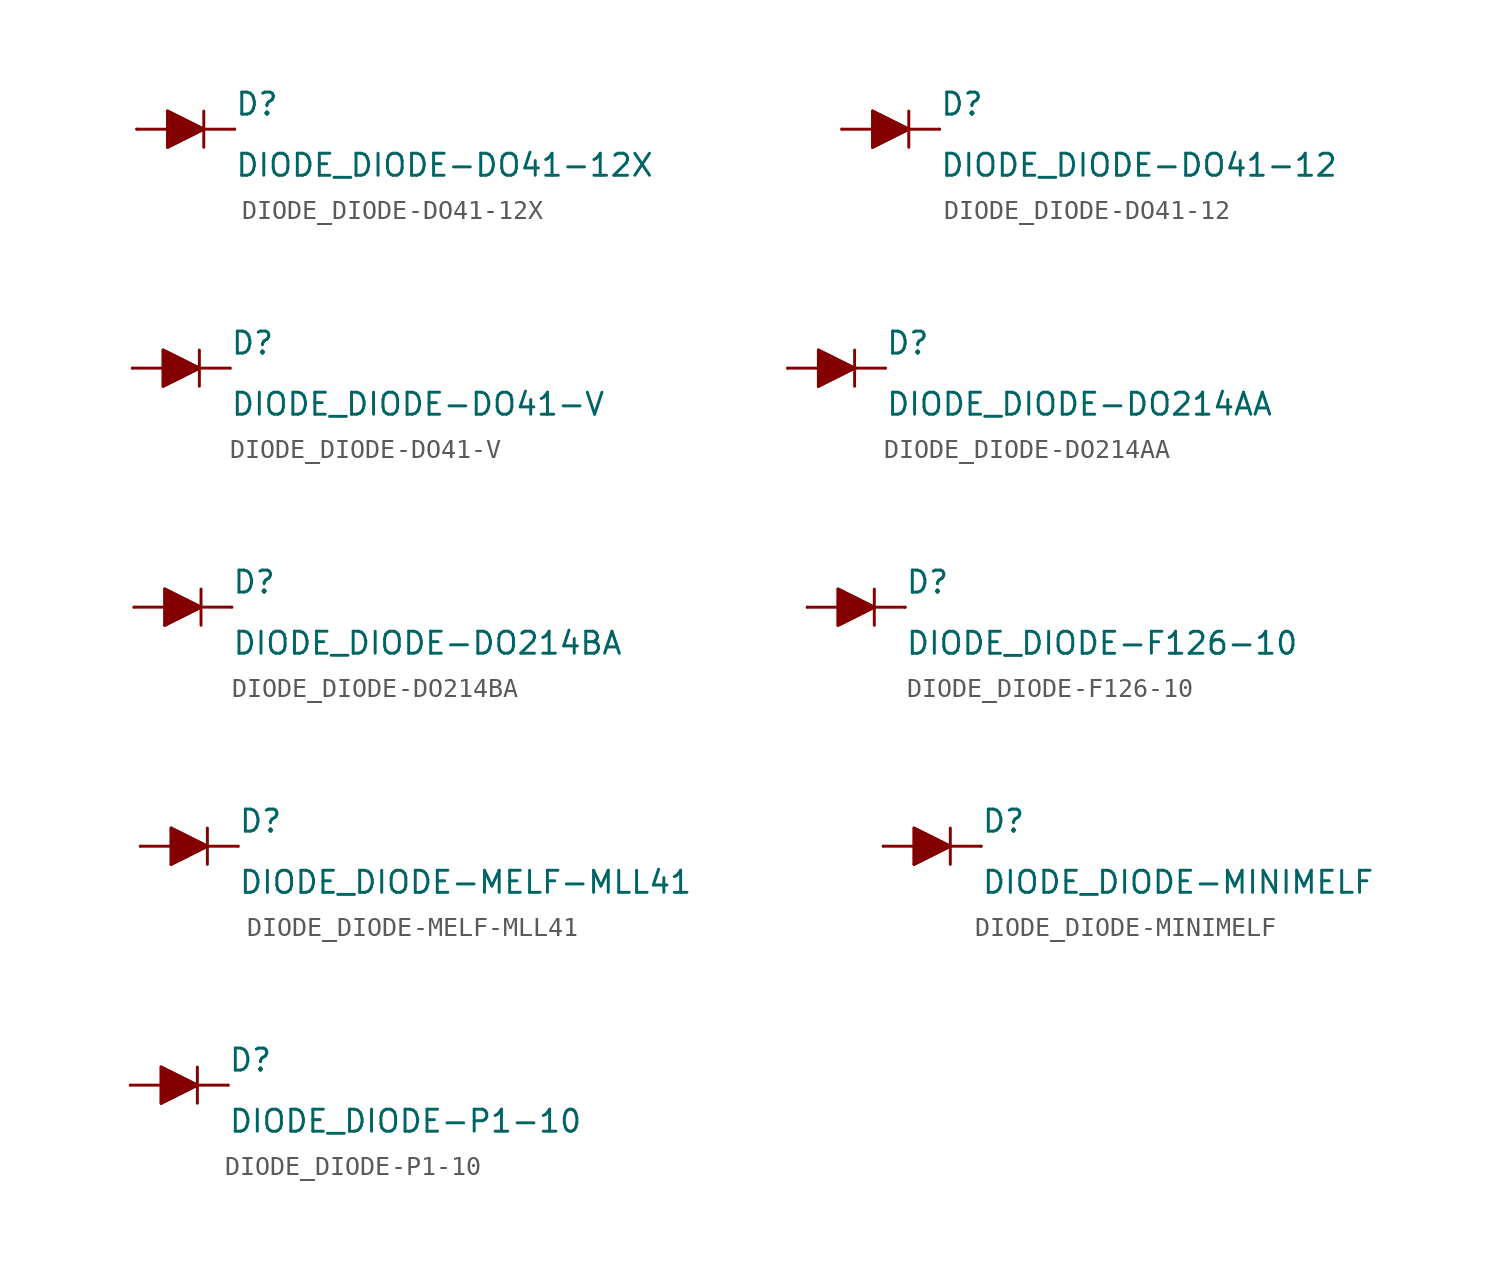
<source format=kicad_sym>
(kicad_symbol_lib
  (version 20210619)
  (generator kicad_symbol_editor)
  (symbol "DIODE_DIODE-DO41-12X"
    (pin_numbers hide)
    (pin_names
      (offset 1.016) hide)
    (property "Reference" "D"
      (at 2.54 0.635 0)
      (effects (font (size 1.143 1.143)) (justify left bottom)))
    (property "Value" "DIODE_DIODE-DO41-12X"
      (at 2.54 -2.54 0)
      (effects (font (size 1.143 1.143)) (justify left bottom)))
    (property "ki_locked" ""
      (at 0 0 0)
      (effects (font (size 1.27 1.27))))
    (symbol "DIODE_DIODE-DO41-12X_1_0"
      (polyline (pts (xy -0.94 -0.94) (xy 0.94 0)) (stroke (width 0)) (fill (type none)))
      (polyline (pts (xy -0.94 0) (xy -2.54 0)) (stroke (width 0)) (fill (type none)))
      (polyline (pts (xy -0.94 0) (xy -0.94 -0.94)) (stroke (width 0)) (fill (type none)))
      (polyline (pts (xy -0.94 0.94) (xy -0.94 0)) (stroke (width 0)) (fill (type none)))
      (polyline (pts (xy 0.94 0) (xy -0.94 0.94)) (stroke (width 0)) (fill (type none)))
      (polyline (pts (xy 0.94 0) (xy 0.94 -0.94)) (stroke (width 0)) (fill (type none)))
      (polyline (pts (xy 0.94 0) (xy 2.54 0)) (stroke (width 0)) (fill (type none)))
      (polyline (pts (xy 0.94 0.94) (xy 0.94 0)) (stroke (width 0)) (fill (type none))))
    (symbol "DIODE_DIODE-DO41-12X_1_1"
      (polyline (pts (xy -0.94 0.94) (xy 0.94 0) (xy 0.94 0) (xy -0.94 -0.94) (xy -0.94 -0.94) (xy -0.94 0.94)) (stroke (width 0)) (fill (type outline)))
      (pin passive line (at -2.54 0 0) (length 0) (name "A" (effects (font (size 1.016 1.016)))) (number "A" (effects (font (size 1.016 1.016)))))
      (pin passive line (at 2.54 0 180) (length 0) (name "C" (effects (font (size 1.016 1.016)))) (number "C" (effects (font (size 1.016 1.016)))))))
  (symbol "DIODE_DIODE-DO41-12"
    (pin_numbers hide)
    (pin_names
      (offset 1.016) hide)
    (property "Reference" "D"
      (at 2.54 0.635 0)
      (effects (font (size 1.143 1.143)) (justify left bottom)))
    (property "Value" "DIODE_DIODE-DO41-12"
      (at 2.54 -2.54 0)
      (effects (font (size 1.143 1.143)) (justify left bottom)))
    (property "ki_locked" ""
      (at 0 0 0)
      (effects (font (size 1.27 1.27))))
    (symbol "DIODE_DIODE-DO41-12_1_0"
      (polyline (pts (xy -0.94 -0.94) (xy 0.94 0)) (stroke (width 0)) (fill (type none)))
      (polyline (pts (xy -0.94 0) (xy -2.54 0)) (stroke (width 0)) (fill (type none)))
      (polyline (pts (xy -0.94 0) (xy -0.94 -0.94)) (stroke (width 0)) (fill (type none)))
      (polyline (pts (xy -0.94 0.94) (xy -0.94 0)) (stroke (width 0)) (fill (type none)))
      (polyline (pts (xy 0.94 0) (xy -0.94 0.94)) (stroke (width 0)) (fill (type none)))
      (polyline (pts (xy 0.94 0) (xy 0.94 -0.94)) (stroke (width 0)) (fill (type none)))
      (polyline (pts (xy 0.94 0) (xy 2.54 0)) (stroke (width 0)) (fill (type none)))
      (polyline (pts (xy 0.94 0.94) (xy 0.94 0)) (stroke (width 0)) (fill (type none))))
    (symbol "DIODE_DIODE-DO41-12_1_1"
      (polyline (pts (xy -0.94 0.94) (xy 0.94 0) (xy 0.94 0) (xy -0.94 -0.94) (xy -0.94 -0.94) (xy -0.94 0.94)) (stroke (width 0)) (fill (type outline)))
      (pin passive line (at -2.54 0 0) (length 0) (name "A" (effects (font (size 1.016 1.016)))) (number "A" (effects (font (size 1.016 1.016)))))
      (pin passive line (at 2.54 0 180) (length 0) (name "C" (effects (font (size 1.016 1.016)))) (number "C" (effects (font (size 1.016 1.016)))))))
  (symbol "DIODE_DIODE-DO41-V"
    (pin_numbers hide)
    (pin_names
      (offset 1.016) hide)
    (property "Reference" "D"
      (at 2.54 0.635 0)
      (effects (font (size 1.143 1.143)) (justify left bottom)))
    (property "Value" "DIODE_DIODE-DO41-V"
      (at 2.54 -2.54 0)
      (effects (font (size 1.143 1.143)) (justify left bottom)))
    (property "ki_locked" ""
      (at 0 0 0)
      (effects (font (size 1.27 1.27))))
    (symbol "DIODE_DIODE-DO41-V_1_0"
      (polyline (pts (xy -0.94 -0.94) (xy 0.94 0)) (stroke (width 0)) (fill (type none)))
      (polyline (pts (xy -0.94 0) (xy -2.54 0)) (stroke (width 0)) (fill (type none)))
      (polyline (pts (xy -0.94 0) (xy -0.94 -0.94)) (stroke (width 0)) (fill (type none)))
      (polyline (pts (xy -0.94 0.94) (xy -0.94 0)) (stroke (width 0)) (fill (type none)))
      (polyline (pts (xy 0.94 0) (xy -0.94 0.94)) (stroke (width 0)) (fill (type none)))
      (polyline (pts (xy 0.94 0) (xy 0.94 -0.94)) (stroke (width 0)) (fill (type none)))
      (polyline (pts (xy 0.94 0) (xy 2.54 0)) (stroke (width 0)) (fill (type none)))
      (polyline (pts (xy 0.94 0.94) (xy 0.94 0)) (stroke (width 0)) (fill (type none))))
    (symbol "DIODE_DIODE-DO41-V_1_1"
      (polyline (pts (xy -0.94 0.94) (xy 0.94 0) (xy 0.94 0) (xy -0.94 -0.94) (xy -0.94 -0.94) (xy -0.94 0.94)) (stroke (width 0)) (fill (type outline)))
      (pin passive line (at -2.54 0 0) (length 0) (name "A" (effects (font (size 1.016 1.016)))) (number "A" (effects (font (size 1.016 1.016)))))
      (pin passive line (at 2.54 0 180) (length 0) (name "C" (effects (font (size 1.016 1.016)))) (number "C" (effects (font (size 1.016 1.016)))))))
  (symbol "DIODE_DIODE-DO214AA"
    (pin_numbers hide)
    (pin_names
      (offset 1.016) hide)
    (property "Reference" "D"
      (at 2.54 0.635 0)
      (effects (font (size 1.143 1.143)) (justify left bottom)))
    (property "Value" "DIODE_DIODE-DO214AA"
      (at 2.54 -2.54 0)
      (effects (font (size 1.143 1.143)) (justify left bottom)))
    (property "ki_locked" ""
      (at 0 0 0)
      (effects (font (size 1.27 1.27))))
    (symbol "DIODE_DIODE-DO214AA_1_0"
      (polyline (pts (xy -0.94 -0.94) (xy 0.94 0)) (stroke (width 0)) (fill (type none)))
      (polyline (pts (xy -0.94 0) (xy -2.54 0)) (stroke (width 0)) (fill (type none)))
      (polyline (pts (xy -0.94 0) (xy -0.94 -0.94)) (stroke (width 0)) (fill (type none)))
      (polyline (pts (xy -0.94 0.94) (xy -0.94 0)) (stroke (width 0)) (fill (type none)))
      (polyline (pts (xy 0.94 0) (xy -0.94 0.94)) (stroke (width 0)) (fill (type none)))
      (polyline (pts (xy 0.94 0) (xy 0.94 -0.94)) (stroke (width 0)) (fill (type none)))
      (polyline (pts (xy 0.94 0) (xy 2.54 0)) (stroke (width 0)) (fill (type none)))
      (polyline (pts (xy 0.94 0.94) (xy 0.94 0)) (stroke (width 0)) (fill (type none))))
    (symbol "DIODE_DIODE-DO214AA_1_1"
      (polyline (pts (xy -0.94 0.94) (xy 0.94 0) (xy 0.94 0) (xy -0.94 -0.94) (xy -0.94 -0.94) (xy -0.94 0.94)) (stroke (width 0)) (fill (type outline)))
      (pin passive line (at -2.54 0 0) (length 0) (name "A" (effects (font (size 1.016 1.016)))) (number "A" (effects (font (size 1.016 1.016)))))
      (pin passive line (at 2.54 0 180) (length 0) (name "C" (effects (font (size 1.016 1.016)))) (number "C" (effects (font (size 1.016 1.016)))))))
  (symbol "DIODE_DIODE-DO214BA"
    (pin_numbers hide)
    (pin_names
      (offset 1.016) hide)
    (property "Reference" "D"
      (at 2.54 0.635 0)
      (effects (font (size 1.143 1.143)) (justify left bottom)))
    (property "Value" "DIODE_DIODE-DO214BA"
      (at 2.54 -2.54 0)
      (effects (font (size 1.143 1.143)) (justify left bottom)))
    (property "ki_locked" ""
      (at 0 0 0)
      (effects (font (size 1.27 1.27))))
    (symbol "DIODE_DIODE-DO214BA_1_0"
      (polyline (pts (xy -0.94 -0.94) (xy 0.94 0)) (stroke (width 0)) (fill (type none)))
      (polyline (pts (xy -0.94 0) (xy -2.54 0)) (stroke (width 0)) (fill (type none)))
      (polyline (pts (xy -0.94 0) (xy -0.94 -0.94)) (stroke (width 0)) (fill (type none)))
      (polyline (pts (xy -0.94 0.94) (xy -0.94 0)) (stroke (width 0)) (fill (type none)))
      (polyline (pts (xy 0.94 0) (xy -0.94 0.94)) (stroke (width 0)) (fill (type none)))
      (polyline (pts (xy 0.94 0) (xy 0.94 -0.94)) (stroke (width 0)) (fill (type none)))
      (polyline (pts (xy 0.94 0) (xy 2.54 0)) (stroke (width 0)) (fill (type none)))
      (polyline (pts (xy 0.94 0.94) (xy 0.94 0)) (stroke (width 0)) (fill (type none))))
    (symbol "DIODE_DIODE-DO214BA_1_1"
      (polyline (pts (xy -0.94 0.94) (xy 0.94 0) (xy 0.94 0) (xy -0.94 -0.94) (xy -0.94 -0.94) (xy -0.94 0.94)) (stroke (width 0)) (fill (type outline)))
      (pin passive line (at -2.54 0 0) (length 0) (name "A" (effects (font (size 1.016 1.016)))) (number "A" (effects (font (size 1.016 1.016)))))
      (pin passive line (at 2.54 0 180) (length 0) (name "C" (effects (font (size 1.016 1.016)))) (number "C" (effects (font (size 1.016 1.016)))))))
  (symbol "DIODE_DIODE-F126-10"
    (pin_numbers hide)
    (pin_names
      (offset 1.016) hide)
    (property "Reference" "D"
      (at 2.54 0.635 0)
      (effects (font (size 1.143 1.143)) (justify left bottom)))
    (property "Value" "DIODE_DIODE-F126-10"
      (at 2.54 -2.54 0)
      (effects (font (size 1.143 1.143)) (justify left bottom)))
    (property "ki_locked" ""
      (at 0 0 0)
      (effects (font (size 1.27 1.27))))
    (symbol "DIODE_DIODE-F126-10_1_0"
      (polyline (pts (xy -0.94 -0.94) (xy 0.94 0)) (stroke (width 0)) (fill (type none)))
      (polyline (pts (xy -0.94 0) (xy -2.54 0)) (stroke (width 0)) (fill (type none)))
      (polyline (pts (xy -0.94 0) (xy -0.94 -0.94)) (stroke (width 0)) (fill (type none)))
      (polyline (pts (xy -0.94 0.94) (xy -0.94 0)) (stroke (width 0)) (fill (type none)))
      (polyline (pts (xy 0.94 0) (xy -0.94 0.94)) (stroke (width 0)) (fill (type none)))
      (polyline (pts (xy 0.94 0) (xy 0.94 -0.94)) (stroke (width 0)) (fill (type none)))
      (polyline (pts (xy 0.94 0) (xy 2.54 0)) (stroke (width 0)) (fill (type none)))
      (polyline (pts (xy 0.94 0.94) (xy 0.94 0)) (stroke (width 0)) (fill (type none))))
    (symbol "DIODE_DIODE-F126-10_1_1"
      (polyline (pts (xy -0.94 0.94) (xy 0.94 0) (xy 0.94 0) (xy -0.94 -0.94) (xy -0.94 -0.94) (xy -0.94 0.94)) (stroke (width 0)) (fill (type outline)))
      (pin passive line (at -2.54 0 0) (length 0) (name "A" (effects (font (size 1.016 1.016)))) (number "A" (effects (font (size 1.016 1.016)))))
      (pin passive line (at 2.54 0 180) (length 0) (name "C" (effects (font (size 1.016 1.016)))) (number "C" (effects (font (size 1.016 1.016)))))))
  (symbol "DIODE_DIODE-MELF-MLL41"
    (pin_numbers hide)
    (pin_names
      (offset 1.016) hide)
    (property "Reference" "D"
      (at 2.54 0.635 0)
      (effects (font (size 1.143 1.143)) (justify left bottom)))
    (property "Value" "DIODE_DIODE-MELF-MLL41"
      (at 2.54 -2.54 0)
      (effects (font (size 1.143 1.143)) (justify left bottom)))
    (property "ki_locked" ""
      (at 0 0 0)
      (effects (font (size 1.27 1.27))))
    (symbol "DIODE_DIODE-MELF-MLL41_1_0"
      (polyline (pts (xy -0.94 -0.94) (xy 0.94 0)) (stroke (width 0)) (fill (type none)))
      (polyline (pts (xy -0.94 0) (xy -2.54 0)) (stroke (width 0)) (fill (type none)))
      (polyline (pts (xy -0.94 0) (xy -0.94 -0.94)) (stroke (width 0)) (fill (type none)))
      (polyline (pts (xy -0.94 0.94) (xy -0.94 0)) (stroke (width 0)) (fill (type none)))
      (polyline (pts (xy 0.94 0) (xy -0.94 0.94)) (stroke (width 0)) (fill (type none)))
      (polyline (pts (xy 0.94 0) (xy 0.94 -0.94)) (stroke (width 0)) (fill (type none)))
      (polyline (pts (xy 0.94 0) (xy 2.54 0)) (stroke (width 0)) (fill (type none)))
      (polyline (pts (xy 0.94 0.94) (xy 0.94 0)) (stroke (width 0)) (fill (type none))))
    (symbol "DIODE_DIODE-MELF-MLL41_1_1"
      (polyline (pts (xy -0.94 0.94) (xy 0.94 0) (xy 0.94 0) (xy -0.94 -0.94) (xy -0.94 -0.94) (xy -0.94 0.94)) (stroke (width 0)) (fill (type outline)))
      (pin passive line (at -2.54 0 0) (length 0) (name "A" (effects (font (size 1.016 1.016)))) (number "A" (effects (font (size 1.016 1.016)))))
      (pin passive line (at 2.54 0 180) (length 0) (name "C" (effects (font (size 1.016 1.016)))) (number "C" (effects (font (size 1.016 1.016)))))))
  (symbol "DIODE_DIODE-MINIMELF"
    (pin_numbers hide)
    (pin_names
      (offset 1.016) hide)
    (property "Reference" "D"
      (at 2.54 0.635 0)
      (effects (font (size 1.143 1.143)) (justify left bottom)))
    (property "Value" "DIODE_DIODE-MINIMELF"
      (at 2.54 -2.54 0)
      (effects (font (size 1.143 1.143)) (justify left bottom)))
    (property "ki_locked" ""
      (at 0 0 0)
      (effects (font (size 1.27 1.27))))
    (symbol "DIODE_DIODE-MINIMELF_1_0"
      (polyline (pts (xy -0.94 -0.94) (xy 0.94 0)) (stroke (width 0)) (fill (type none)))
      (polyline (pts (xy -0.94 0) (xy -2.54 0)) (stroke (width 0)) (fill (type none)))
      (polyline (pts (xy -0.94 0) (xy -0.94 -0.94)) (stroke (width 0)) (fill (type none)))
      (polyline (pts (xy -0.94 0.94) (xy -0.94 0)) (stroke (width 0)) (fill (type none)))
      (polyline (pts (xy 0.94 0) (xy -0.94 0.94)) (stroke (width 0)) (fill (type none)))
      (polyline (pts (xy 0.94 0) (xy 0.94 -0.94)) (stroke (width 0)) (fill (type none)))
      (polyline (pts (xy 0.94 0) (xy 2.54 0)) (stroke (width 0)) (fill (type none)))
      (polyline (pts (xy 0.94 0.94) (xy 0.94 0)) (stroke (width 0)) (fill (type none))))
    (symbol "DIODE_DIODE-MINIMELF_1_1"
      (polyline (pts (xy -0.94 0.94) (xy 0.94 0) (xy 0.94 0) (xy -0.94 -0.94) (xy -0.94 -0.94) (xy -0.94 0.94)) (stroke (width 0)) (fill (type outline)))
      (pin passive line (at -2.54 0 0) (length 0) (name "A" (effects (font (size 1.016 1.016)))) (number "A" (effects (font (size 1.016 1.016)))))
      (pin passive line (at 2.54 0 180) (length 0) (name "C" (effects (font (size 1.016 1.016)))) (number "C" (effects (font (size 1.016 1.016)))))))
  (symbol "DIODE_DIODE-P1-10"
    (pin_numbers hide)
    (pin_names
      (offset 1.016) hide)
    (property "Reference" "D"
      (at 2.54 0.635 0)
      (effects (font (size 1.143 1.143)) (justify left bottom)))
    (property "Value" "DIODE_DIODE-P1-10"
      (at 2.54 -2.54 0)
      (effects (font (size 1.143 1.143)) (justify left bottom)))
    (property "ki_locked" ""
      (at 0 0 0)
      (effects (font (size 1.27 1.27))))
    (symbol "DIODE_DIODE-P1-10_1_0"
      (polyline (pts (xy -0.94 -0.94) (xy 0.94 0)) (stroke (width 0)) (fill (type none)))
      (polyline (pts (xy -0.94 0) (xy -2.54 0)) (stroke (width 0)) (fill (type none)))
      (polyline (pts (xy -0.94 0) (xy -0.94 -0.94)) (stroke (width 0)) (fill (type none)))
      (polyline (pts (xy -0.94 0.94) (xy -0.94 0)) (stroke (width 0)) (fill (type none)))
      (polyline (pts (xy 0.94 0) (xy -0.94 0.94)) (stroke (width 0)) (fill (type none)))
      (polyline (pts (xy 0.94 0) (xy 0.94 -0.94)) (stroke (width 0)) (fill (type none)))
      (polyline (pts (xy 0.94 0) (xy 2.54 0)) (stroke (width 0)) (fill (type none)))
      (polyline (pts (xy 0.94 0.94) (xy 0.94 0)) (stroke (width 0)) (fill (type none))))
    (symbol "DIODE_DIODE-P1-10_1_1"
      (polyline (pts (xy -0.94 0.94) (xy 0.94 0) (xy 0.94 0) (xy -0.94 -0.94) (xy -0.94 -0.94) (xy -0.94 0.94)) (stroke (width 0)) (fill (type outline)))
      (pin passive line (at -2.54 0 0) (length 0) (name "A" (effects (font (size 1.016 1.016)))) (number "A" (effects (font (size 1.016 1.016)))))
      (pin passive line (at 2.54 0 180) (length 0) (name "C" (effects (font (size 1.016 1.016)))) (number "C" (effects (font (size 1.016 1.016))))))))
</source>
